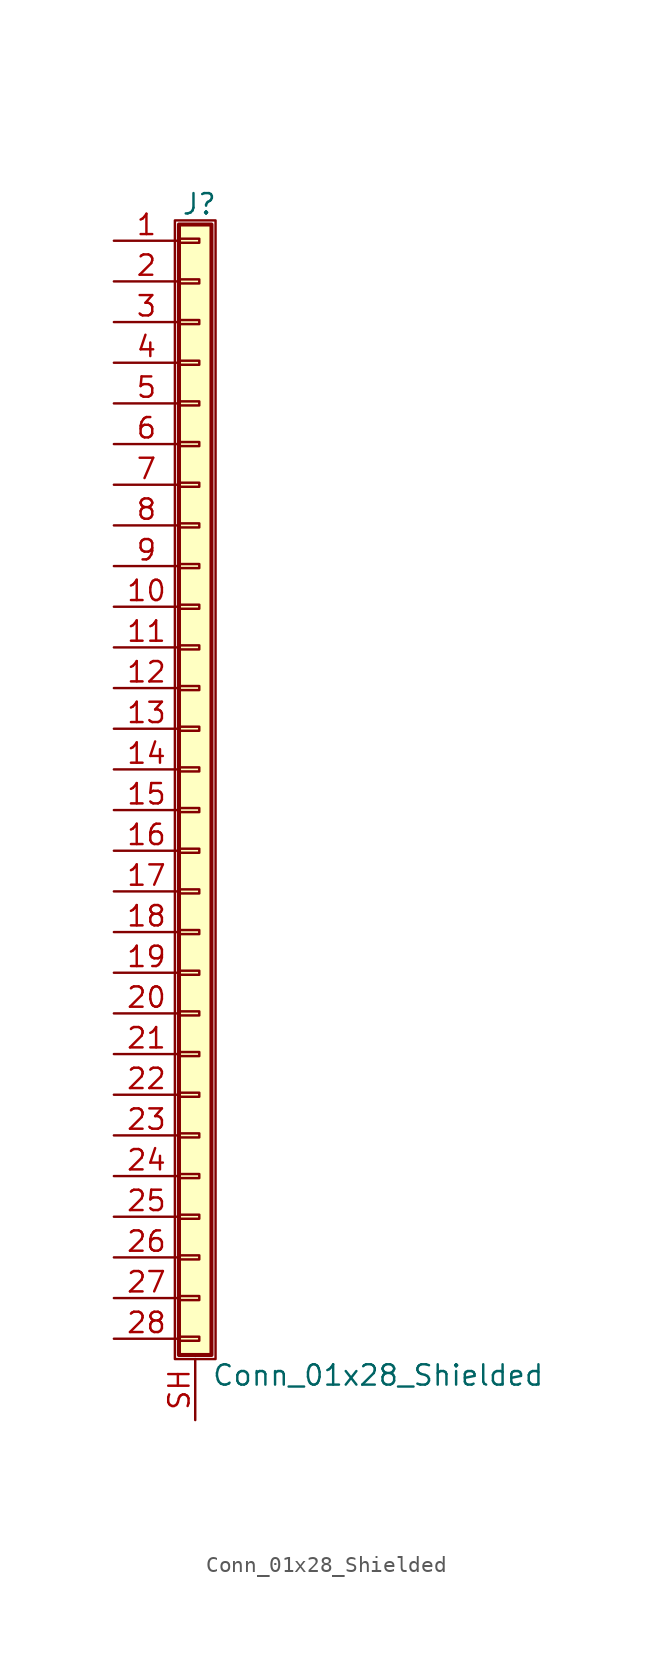
<source format=kicad_sym>
(kicad_symbol_lib
  (version 20201005)
  (generator kicad_symbol_editor)
  (symbol "Connector_Generic_Shielded:Conn_01x28_Shielded"
    (pin_names
      (offset 1.016) hide)
    (property "Reference" "J"
      (at 0.254 35.306 0)
      (effects (font (size 1.27 1.27))))
    (property "Value" "Conn_01x28_Shielded"
      (at 1.016 -37.846 0)
      (effects (font (size 1.27 1.27)) (justify left)))
    (symbol "Conn_01x28_Shielded_1_1"
      (rectangle (start -1.016 -27.813) (end 0.254 -28.067) (stroke (width 0.152)) (fill (type none)))
      (rectangle (start -1.016 -30.353) (end 0.254 -30.607) (stroke (width 0.152)) (fill (type none)))
      (rectangle (start -1.016 -32.893) (end 0.254 -33.147) (stroke (width 0.152)) (fill (type none)))
      (rectangle (start -1.016 -35.433) (end 0.254 -35.687) (stroke (width 0.152)) (fill (type none)))
      (rectangle (start -1.016 -4.953) (end 0.254 -5.207) (stroke (width 0.152)) (fill (type none)))
      (rectangle (start -1.016 -7.493) (end 0.254 -7.747) (stroke (width 0.152)) (fill (type none)))
      (rectangle (start -1.016 -10.033) (end 0.254 -10.287) (stroke (width 0.152)) (fill (type none)))
      (rectangle (start -1.016 -12.573) (end 0.254 -12.827) (stroke (width 0.152)) (fill (type none)))
      (rectangle (start -1.016 -15.113) (end 0.254 -15.367) (stroke (width 0.152)) (fill (type none)))
      (rectangle (start -1.016 -17.653) (end 0.254 -17.907) (stroke (width 0.152)) (fill (type none)))
      (rectangle (start -1.016 -20.193) (end 0.254 -20.447) (stroke (width 0.152)) (fill (type none)))
      (rectangle (start -1.016 -22.733) (end 0.254 -22.987) (stroke (width 0.152)) (fill (type none)))
      (rectangle (start -1.016 -2.413) (end 0.254 -2.667) (stroke (width 0.152)) (fill (type none)))
      (rectangle (start -1.016 -25.273) (end 0.254 -25.527) (stroke (width 0.152)) (fill (type none)))
      (rectangle (start -1.016 25.527) (end 0.254 25.273) (stroke (width 0.152)) (fill (type none)))
      (rectangle (start -1.016 2.667) (end 0.254 2.413) (stroke (width 0.152)) (fill (type none)))
      (rectangle (start -1.016 28.067) (end 0.254 27.813) (stroke (width 0.152)) (fill (type none)))
      (rectangle (start -1.016 30.607) (end 0.254 30.353) (stroke (width 0.152)) (fill (type none)))
      (rectangle (start -1.016 33.147) (end 0.254 32.893) (stroke (width 0.152)) (fill (type none)))
      (rectangle (start -1.016 34.036) (end 1.016 -36.576) (stroke (width 0.254)) (fill (type background)))
      (rectangle (start -1.016 5.207) (end 0.254 4.953) (stroke (width 0.152)) (fill (type none)))
      (rectangle (start -1.016 7.747) (end 0.254 7.493) (stroke (width 0.152)) (fill (type none)))
      (rectangle (start -1.016 10.287) (end 0.254 10.033) (stroke (width 0.152)) (fill (type none)))
      (rectangle (start -1.016 0.127) (end 0.254 -0.127) (stroke (width 0.152)) (fill (type none)))
      (rectangle (start -1.016 12.827) (end 0.254 12.573) (stroke (width 0.152)) (fill (type none)))
      (rectangle (start -1.016 15.367) (end 0.254 15.113) (stroke (width 0.152)) (fill (type none)))
      (rectangle (start -1.016 17.907) (end 0.254 17.653) (stroke (width 0.152)) (fill (type none)))
      (rectangle (start -1.016 20.447) (end 0.254 20.193) (stroke (width 0.152)) (fill (type none)))
      (rectangle (start -1.016 22.987) (end 0.254 22.733) (stroke (width 0.152)) (fill (type none)))
      (rectangle (start -1.27 34.29) (end 1.27 -36.83) (stroke (width 0.152)) (fill (type none)))
      (pin passive line (at -5.08 33.02 0) (length 4.064) (name "Pin_1" (effects (font (size 1.27 1.27)))) (number "1" (effects (font (size 1.27 1.27)))))
      (pin passive line (at -5.08 10.16 0) (length 4.064) (name "Pin_10" (effects (font (size 1.27 1.27)))) (number "10" (effects (font (size 1.27 1.27)))))
      (pin passive line (at -5.08 7.62 0) (length 4.064) (name "Pin_11" (effects (font (size 1.27 1.27)))) (number "11" (effects (font (size 1.27 1.27)))))
      (pin passive line (at -5.08 5.08 0) (length 4.064) (name "Pin_12" (effects (font (size 1.27 1.27)))) (number "12" (effects (font (size 1.27 1.27)))))
      (pin passive line (at -5.08 2.54 0) (length 4.064) (name "Pin_13" (effects (font (size 1.27 1.27)))) (number "13" (effects (font (size 1.27 1.27)))))
      (pin passive line (at -5.08 0 0) (length 4.064) (name "Pin_14" (effects (font (size 1.27 1.27)))) (number "14" (effects (font (size 1.27 1.27)))))
      (pin passive line (at -5.08 -2.54 0) (length 4.064) (name "Pin_15" (effects (font (size 1.27 1.27)))) (number "15" (effects (font (size 1.27 1.27)))))
      (pin passive line (at -5.08 -5.08 0) (length 4.064) (name "Pin_16" (effects (font (size 1.27 1.27)))) (number "16" (effects (font (size 1.27 1.27)))))
      (pin passive line (at -5.08 -7.62 0) (length 4.064) (name "Pin_17" (effects (font (size 1.27 1.27)))) (number "17" (effects (font (size 1.27 1.27)))))
      (pin passive line (at -5.08 -10.16 0) (length 4.064) (name "Pin_18" (effects (font (size 1.27 1.27)))) (number "18" (effects (font (size 1.27 1.27)))))
      (pin passive line (at -5.08 -12.7 0) (length 4.064) (name "Pin_19" (effects (font (size 1.27 1.27)))) (number "19" (effects (font (size 1.27 1.27)))))
      (pin passive line (at -5.08 30.48 0) (length 4.064) (name "Pin_2" (effects (font (size 1.27 1.27)))) (number "2" (effects (font (size 1.27 1.27)))))
      (pin passive line (at -5.08 -15.24 0) (length 4.064) (name "Pin_20" (effects (font (size 1.27 1.27)))) (number "20" (effects (font (size 1.27 1.27)))))
      (pin passive line (at -5.08 -17.78 0) (length 4.064) (name "Pin_21" (effects (font (size 1.27 1.27)))) (number "21" (effects (font (size 1.27 1.27)))))
      (pin passive line (at -5.08 -20.32 0) (length 4.064) (name "Pin_22" (effects (font (size 1.27 1.27)))) (number "22" (effects (font (size 1.27 1.27)))))
      (pin passive line (at -5.08 -22.86 0) (length 4.064) (name "Pin_23" (effects (font (size 1.27 1.27)))) (number "23" (effects (font (size 1.27 1.27)))))
      (pin passive line (at -5.08 -25.4 0) (length 4.064) (name "Pin_24" (effects (font (size 1.27 1.27)))) (number "24" (effects (font (size 1.27 1.27)))))
      (pin passive line (at -5.08 -27.94 0) (length 4.064) (name "Pin_25" (effects (font (size 1.27 1.27)))) (number "25" (effects (font (size 1.27 1.27)))))
      (pin passive line (at -5.08 -30.48 0) (length 4.064) (name "Pin_26" (effects (font (size 1.27 1.27)))) (number "26" (effects (font (size 1.27 1.27)))))
      (pin passive line (at -5.08 -33.02 0) (length 4.064) (name "Pin_27" (effects (font (size 1.27 1.27)))) (number "27" (effects (font (size 1.27 1.27)))))
      (pin passive line (at -5.08 -35.56 0) (length 4.064) (name "Pin_28" (effects (font (size 1.27 1.27)))) (number "28" (effects (font (size 1.27 1.27)))))
      (pin passive line (at -5.08 27.94 0) (length 4.064) (name "Pin_3" (effects (font (size 1.27 1.27)))) (number "3" (effects (font (size 1.27 1.27)))))
      (pin passive line (at -5.08 25.4 0) (length 4.064) (name "Pin_4" (effects (font (size 1.27 1.27)))) (number "4" (effects (font (size 1.27 1.27)))))
      (pin passive line (at -5.08 22.86 0) (length 4.064) (name "Pin_5" (effects (font (size 1.27 1.27)))) (number "5" (effects (font (size 1.27 1.27)))))
      (pin passive line (at -5.08 20.32 0) (length 4.064) (name "Pin_6" (effects (font (size 1.27 1.27)))) (number "6" (effects (font (size 1.27 1.27)))))
      (pin passive line (at -5.08 17.78 0) (length 4.064) (name "Pin_7" (effects (font (size 1.27 1.27)))) (number "7" (effects (font (size 1.27 1.27)))))
      (pin passive line (at -5.08 15.24 0) (length 4.064) (name "Pin_8" (effects (font (size 1.27 1.27)))) (number "8" (effects (font (size 1.27 1.27)))))
      (pin passive line (at -5.08 12.7 0) (length 4.064) (name "Pin_9" (effects (font (size 1.27 1.27)))) (number "9" (effects (font (size 1.27 1.27)))))
      (pin passive line (at 0 -40.64 90) (length 3.81) (name "Shield" (effects (font (size 1.27 1.27)))) (number "SH" (effects (font (size 1.27 1.27))))))))
</source>
